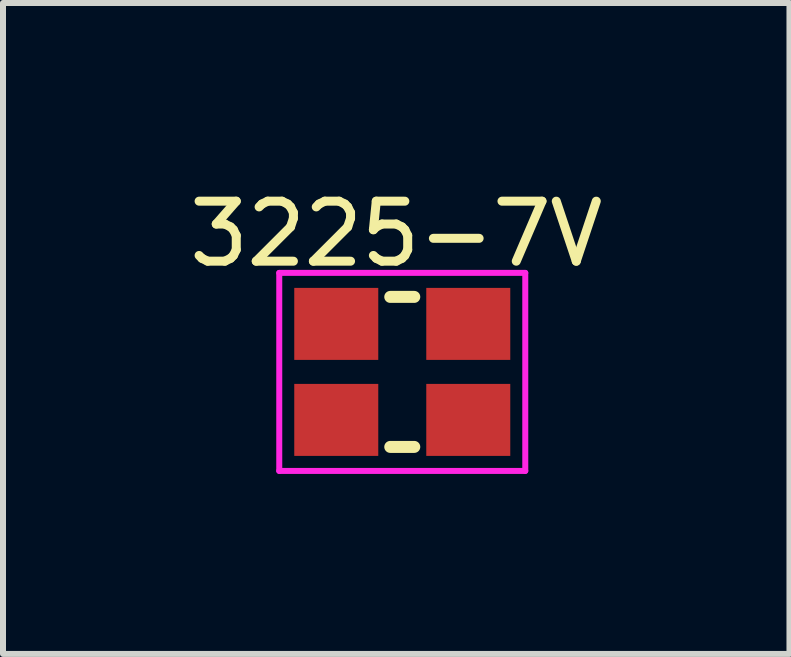
<source format=kicad_pcb>
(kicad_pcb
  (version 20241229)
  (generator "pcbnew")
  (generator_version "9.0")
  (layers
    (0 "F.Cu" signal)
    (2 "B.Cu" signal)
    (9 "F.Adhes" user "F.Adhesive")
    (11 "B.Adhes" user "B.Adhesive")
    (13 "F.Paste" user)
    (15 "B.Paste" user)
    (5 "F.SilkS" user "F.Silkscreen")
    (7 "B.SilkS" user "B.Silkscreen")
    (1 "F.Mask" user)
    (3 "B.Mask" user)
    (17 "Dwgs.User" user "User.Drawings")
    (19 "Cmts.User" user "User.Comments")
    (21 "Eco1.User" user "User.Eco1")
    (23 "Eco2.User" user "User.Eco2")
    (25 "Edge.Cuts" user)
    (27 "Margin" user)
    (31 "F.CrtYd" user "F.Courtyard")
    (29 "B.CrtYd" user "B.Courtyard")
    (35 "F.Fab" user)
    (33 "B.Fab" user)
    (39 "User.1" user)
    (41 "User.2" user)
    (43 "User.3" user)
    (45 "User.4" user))
  (footprint "3225-7V"
    (layer "F.Cu")
    (at 3.654 3.148)
    (property "Reference" "3225-7V" (at -0.1 -2.3 0) (layer "F.SilkS") (effects (font (size 1 1) (thickness 0.15))))
    (attr smd)
    (fp_line (start -0.2 -1.25) (end 0.2 -1.25) (stroke (width 0.2) (type solid)) (layer "F.SilkS"))
    (fp_line (start -0.2 1.25) (end 0.2 1.25) (stroke (width 0.2) (type solid)) (layer "F.SilkS"))
    (fp_line (start -2.05 -1.65) (end 2.05 -1.65) (stroke (width 0.1) (type solid)) (layer "F.CrtYd"))
    (fp_line (start -2.05 1.65) (end -2.05 -1.65) (stroke (width 0.1) (type solid)) (layer "F.CrtYd"))
    (fp_line (start 2.05 -1.65) (end 2.05 1.65) (stroke (width 0.1) (type solid)) (layer "F.CrtYd"))
    (fp_line (start 2.05 1.65) (end -2.05 1.65) (stroke (width 0.1) (type solid)) (layer "F.CrtYd"))
    (pad "1" smd rect (at -1.1 0.8) (size 1.4 1.2) (layers "F.Cu" "F.Mask" "F.Paste"))
    (pad "2" smd rect (at 1.1 -0.8) (size 1.4 1.2) (layers "F.Cu" "F.Mask" "F.Paste"))
    (pad "3" smd rect (at -1.1 -0.8) (size 1.4 1.2) (layers "F.Cu" "F.Mask" "F.Paste"))
    (pad "3" smd rect (at 1.1 0.8) (size 1.4 1.2) (layers "F.Cu" "F.Mask" "F.Paste")))
  (gr_rect
    (start -3 -3)
    (end 10.107 7.848)
    (stroke (width 0.1) (type default))
    (fill no)
    (layer "Edge.Cuts")))
</source>
